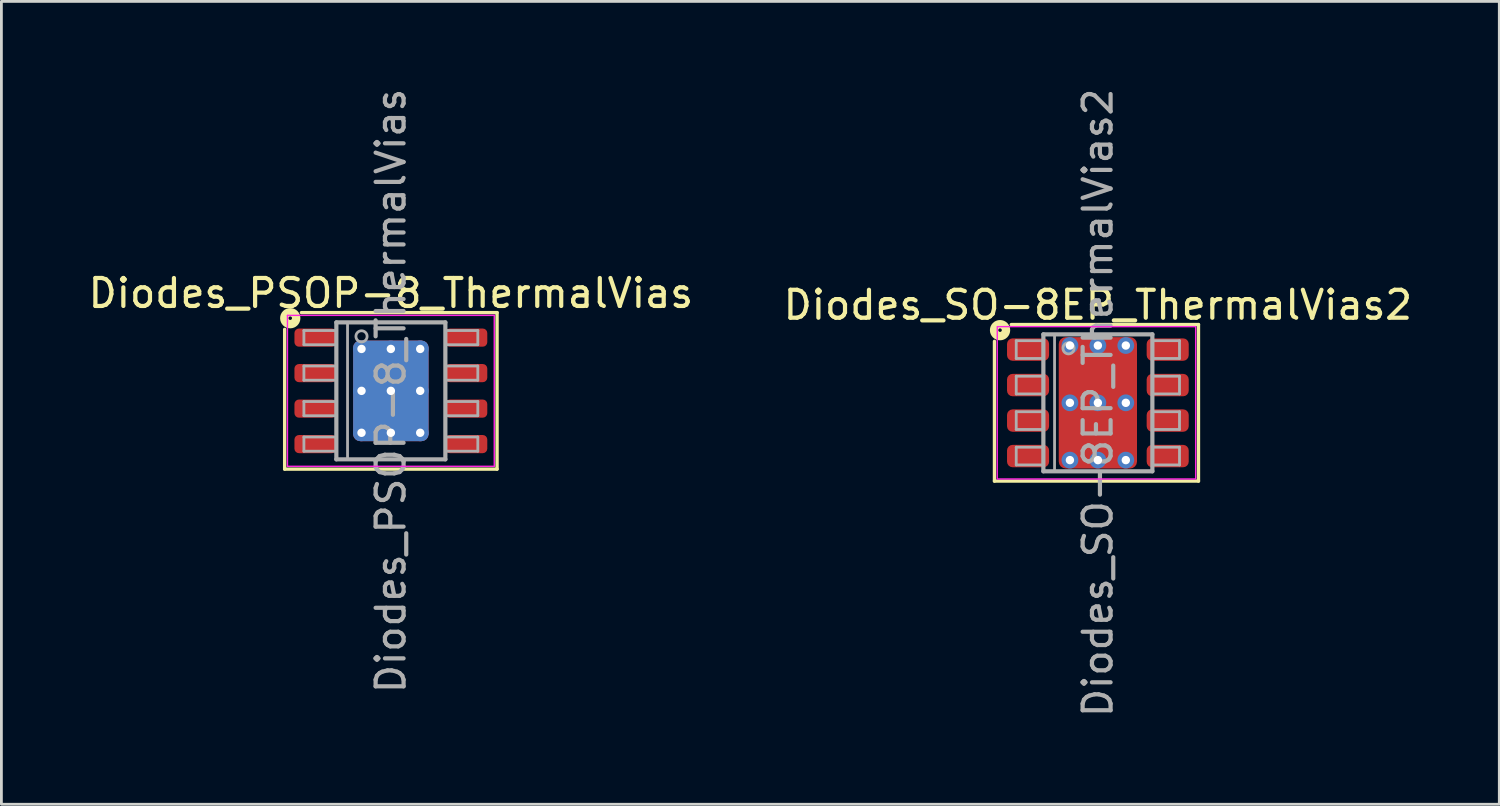
<source format=kicad_pcb>
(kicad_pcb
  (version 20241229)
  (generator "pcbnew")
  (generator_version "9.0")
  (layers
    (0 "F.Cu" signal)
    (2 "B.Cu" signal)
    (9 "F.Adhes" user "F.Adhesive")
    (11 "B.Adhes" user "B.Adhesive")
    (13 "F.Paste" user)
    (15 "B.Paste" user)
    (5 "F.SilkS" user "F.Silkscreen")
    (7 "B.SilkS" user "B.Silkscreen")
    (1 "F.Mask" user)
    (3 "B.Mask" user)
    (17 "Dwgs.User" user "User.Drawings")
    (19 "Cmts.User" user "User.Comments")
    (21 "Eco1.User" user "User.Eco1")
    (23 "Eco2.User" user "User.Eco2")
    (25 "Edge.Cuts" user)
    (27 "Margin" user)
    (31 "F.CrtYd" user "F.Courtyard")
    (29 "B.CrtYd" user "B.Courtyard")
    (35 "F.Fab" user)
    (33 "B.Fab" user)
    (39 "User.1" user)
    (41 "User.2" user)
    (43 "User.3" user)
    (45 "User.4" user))
  (footprint "Diodes_SO-8EP_ThermalVias2"
    (layer "F.Cu")
    (at 36.232 11.363)
    (property "Reference" "Diodes_SO-8EP_ThermalVias2" (at 0 -3.5 0) (layer "F.SilkS") (effects (font (size 1 1) (thickness 0.15))))
    (attr smd)
    (fp_line (start -3.7 2.8) (end -3.7 -2.2) (stroke (width 0.12) (type solid)) (layer "F.SilkS"))
    (fp_line (start -3.1 -2.8) (end 3.6 -2.8) (stroke (width 0.12) (type solid)) (layer "F.SilkS"))
    (fp_line (start 3.6 -2.8) (end 3.6 2.8) (stroke (width 0.12) (type solid)) (layer "F.SilkS"))
    (fp_line (start 3.6 2.8) (end -3.7 2.8) (stroke (width 0.12) (type solid)) (layer "F.SilkS"))
    (fp_circle (center -3.5 -2.6) (end -3.437 -2.6) (stroke (width 0.3) (type solid)) (fill no) (layer "F.SilkS"))
    (fp_rect (start -3.6 -2.725) (end 3.5 2.725) (stroke (width 0.05) (type solid)) (fill no) (layer "F.CrtYd"))
    (fp_line (start -2.921 -2.223) (end -2.921 -1.587) (stroke (width 0.1) (type solid)) (layer "F.Fab"))
    (fp_line (start -2.921 -2.223) (end -1.968 -2.223) (stroke (width 0.1) (type solid)) (layer "F.Fab"))
    (fp_line (start -2.921 -1.587) (end -1.968 -1.587) (stroke (width 0.1) (type solid)) (layer "F.Fab"))
    (fp_line (start -2.921 -0.953) (end -2.921 -0.318) (stroke (width 0.1) (type solid)) (layer "F.Fab"))
    (fp_line (start -2.921 -0.953) (end -1.968 -0.953) (stroke (width 0.1) (type solid)) (layer "F.Fab"))
    (fp_line (start -2.921 -0.318) (end -1.968 -0.318) (stroke (width 0.1) (type solid)) (layer "F.Fab"))
    (fp_line (start -2.921 0.318) (end -2.921 0.953) (stroke (width 0.1) (type solid)) (layer "F.Fab"))
    (fp_line (start -2.921 0.318) (end -1.968 0.318) (stroke (width 0.1) (type solid)) (layer "F.Fab"))
    (fp_line (start -2.921 0.953) (end -1.968 0.953) (stroke (width 0.1) (type solid)) (layer "F.Fab"))
    (fp_line (start -2.921 1.587) (end -2.921 2.223) (stroke (width 0.1) (type solid)) (layer "F.Fab"))
    (fp_line (start -2.921 1.587) (end -1.968 1.587) (stroke (width 0.1) (type solid)) (layer "F.Fab"))
    (fp_line (start -2.921 2.223) (end -1.968 2.223) (stroke (width 0.1) (type solid)) (layer "F.Fab"))
    (fp_line (start -1.95 -2.45) (end 1.95 -2.45) (stroke (width 0.15) (type solid)) (layer "F.Fab"))
    (fp_line (start -1.95 2.45) (end -1.95 -2.45) (stroke (width 0.15) (type solid)) (layer "F.Fab"))
    (fp_line (start -1.55 -2.45) (end -1.55 2.45) (stroke (width 0.1) (type solid)) (layer "F.Fab"))
    (fp_line (start 1.95 -2.45) (end 1.95 2.45) (stroke (width 0.15) (type solid)) (layer "F.Fab"))
    (fp_line (start 1.95 2.45) (end -1.95 2.45) (stroke (width 0.15) (type solid)) (layer "F.Fab"))
    (fp_line (start 2.921 -2.223) (end 1.968 -2.223) (stroke (width 0.1) (type solid)) (layer "F.Fab"))
    (fp_line (start 2.921 -1.587) (end 1.968 -1.587) (stroke (width 0.1) (type solid)) (layer "F.Fab"))
    (fp_line (start 2.921 -1.587) (end 2.921 -2.223) (stroke (width 0.1) (type solid)) (layer "F.Fab"))
    (fp_line (start 2.921 -0.953) (end 1.968 -0.953) (stroke (width 0.1) (type solid)) (layer "F.Fab"))
    (fp_line (start 2.921 -0.318) (end 1.968 -0.318) (stroke (width 0.1) (type solid)) (layer "F.Fab"))
    (fp_line (start 2.921 -0.318) (end 2.921 -0.953) (stroke (width 0.1) (type solid)) (layer "F.Fab"))
    (fp_line (start 2.921 0.318) (end 1.968 0.318) (stroke (width 0.1) (type solid)) (layer "F.Fab"))
    (fp_line (start 2.921 0.953) (end 1.968 0.953) (stroke (width 0.1) (type solid)) (layer "F.Fab"))
    (fp_line (start 2.921 0.953) (end 2.921 0.318) (stroke (width 0.1) (type solid)) (layer "F.Fab"))
    (fp_line (start 2.921 1.587) (end 1.968 1.587) (stroke (width 0.1) (type solid)) (layer "F.Fab"))
    (fp_line (start 2.921 2.223) (end 1.968 2.223) (stroke (width 0.1) (type solid)) (layer "F.Fab"))
    (fp_line (start 2.921 2.223) (end 2.921 1.587) (stroke (width 0.1) (type solid)) (layer "F.Fab"))
    (fp_circle (center -1.05 -1.95) (end -0.85 -1.95) (stroke (width 0.1) (type solid)) (fill no) (layer "F.Fab"))
    (fp_text user "${REFERENCE}" (at 0 0 90) (layer "F.Fab") (effects (font (size 1 1) (thickness 0.15))))
    (pad "" smd roundrect (at -0.6 -1) (size 1 1.2) (layers "F.Paste") (roundrect_rratio 0.25))
    (pad "" smd roundrect (at -0.6 1) (size 1 1.2) (layers "F.Paste") (roundrect_rratio 0.25))
    (pad "" smd roundrect (at 0 -1.025) (size 2.6 1.45) (layers "F.Mask") (roundrect_rratio 0.172))
    (pad "" smd roundrect (at 0 1.025) (size 2.6 1.45) (layers "F.Mask") (roundrect_rratio 0.172))
    (pad "" smd roundrect (at 0.6 -1) (size 1 1.2) (layers "F.Paste") (roundrect_rratio 0.25))
    (pad "" smd roundrect (at 0.6 1) (size 1 1.2) (layers "F.Paste") (roundrect_rratio 0.25))
    (pad "1" smd roundrect (at -2.498 -1.905) (size 1.505 0.802) (layers "F.Cu" "F.Mask" "F.Paste") (roundrect_rratio 0.25))
    (pad "2" smd roundrect (at -2.498 -0.635) (size 1.505 0.802) (layers "F.Cu" "F.Mask" "F.Paste") (roundrect_rratio 0.25))
    (pad "3" smd roundrect (at -2.498 0.635) (size 1.505 0.802) (layers "F.Cu" "F.Mask" "F.Paste") (roundrect_rratio 0.25))
    (pad "4" smd roundrect (at -2.498 1.905) (size 1.505 0.802) (layers "F.Cu" "F.Mask" "F.Paste") (roundrect_rratio 0.25))
    (pad "5" smd roundrect (at 2.498 1.905) (size 1.505 0.802) (layers "F.Cu" "F.Mask" "F.Paste") (roundrect_rratio 0.25))
    (pad "6" smd roundrect (at 2.498 0.635) (size 1.505 0.802) (layers "F.Cu" "F.Mask" "F.Paste") (roundrect_rratio 0.25))
    (pad "7" smd roundrect (at 2.498 -0.635) (size 1.505 0.802) (layers "F.Cu" "F.Mask" "F.Paste") (roundrect_rratio 0.25))
    (pad "8" smd roundrect (at 2.498 -1.905) (size 1.505 0.802) (layers "F.Cu" "F.Mask" "F.Paste") (roundrect_rratio 0.25))
    (pad "9" thru_hole circle (at -1 -2.05) (size 0.6 0.6) (drill 0.3) (property pad_prop_heatsink) (layers "*.Cu" "*.Mask"))
    (pad "9" thru_hole circle (at -1 0) (size 0.6 0.6) (drill 0.3) (property pad_prop_heatsink) (layers "*.Cu" "*.Mask"))
    (pad "9" thru_hole circle (at -1 2.05) (size 0.6 0.6) (drill 0.3) (property pad_prop_heatsink) (layers "*.Cu" "*.Mask"))
    (pad "9" thru_hole circle (at 0 -2.05) (size 0.6 0.6) (drill 0.3) (property pad_prop_heatsink) (layers "*.Cu" "*.Mask"))
    (pad "9" thru_hole circle (at 0 0) (size 0.6 0.6) (drill 0.3) (property pad_prop_heatsink) (layers "*.Cu" "*.Mask"))
    (pad "9" smd roundrect (at 0 0) (size 2.8 4.7) (layers "F.Cu") (roundrect_rratio 0.089))
    (pad "9" thru_hole circle (at 0 2.05) (size 0.6 0.6) (drill 0.3) (property pad_prop_heatsink) (layers "*.Cu" "*.Mask"))
    (pad "9" thru_hole circle (at 1 -2.05) (size 0.6 0.6) (drill 0.3) (property pad_prop_heatsink) (layers "*.Cu" "*.Mask"))
    (pad "9" thru_hole circle (at 1 0) (size 0.6 0.6) (drill 0.3) (property pad_prop_heatsink) (layers "*.Cu" "*.Mask"))
    (pad "9" thru_hole circle (at 1 2.05) (size 0.6 0.6) (drill 0.3) (property pad_prop_heatsink) (layers "*.Cu" "*.Mask")))
  (footprint "Diodes_PSOP-8_ThermalVias"
    (layer "F.Cu")
    (at 10.935 10.935)
    (property "Reference" "Diodes_PSOP-8_ThermalVias" (at 0 -3.493 0) (layer "F.SilkS") (effects (font (size 1 1) (thickness 0.15))))
    (attr smd)
    (fp_line (start -3.8 -2.2) (end -3.8 2.8) (stroke (width 0.12) (type solid)) (layer "F.SilkS"))
    (fp_line (start -3.8 2.8) (end 3.8 2.8) (stroke (width 0.12) (type solid)) (layer "F.SilkS"))
    (fp_line (start 3.8 -2.8) (end -3.2 -2.8) (stroke (width 0.12) (type solid)) (layer "F.SilkS"))
    (fp_line (start 3.8 2.8) (end 3.8 -2.8) (stroke (width 0.12) (type solid)) (layer "F.SilkS"))
    (fp_circle (center -3.6 -2.6) (end -3.537 -2.6) (stroke (width 0.3) (type solid)) (fill no) (layer "F.SilkS"))
    (fp_line (start -3.7 -2.7) (end -3.7 2.7) (stroke (width 0.05) (type solid)) (layer "F.CrtYd"))
    (fp_line (start -3.7 -2.7) (end 3.7 -2.7) (stroke (width 0.05) (type solid)) (layer "F.CrtYd"))
    (fp_line (start -3.7 2.7) (end 3.7 2.7) (stroke (width 0.05) (type solid)) (layer "F.CrtYd"))
    (fp_line (start 3.7 -2.7) (end 3.7 2.7) (stroke (width 0.05) (type solid)) (layer "F.CrtYd"))
    (fp_line (start -3.111 -2.159) (end -3.111 -1.651) (stroke (width 0.1) (type solid)) (layer "F.Fab"))
    (fp_line (start -3.111 -2.159) (end -1.968 -2.159) (stroke (width 0.1) (type solid)) (layer "F.Fab"))
    (fp_line (start -3.111 -1.651) (end -1.968 -1.651) (stroke (width 0.1) (type solid)) (layer "F.Fab"))
    (fp_line (start -3.111 -0.889) (end -3.111 -0.381) (stroke (width 0.1) (type solid)) (layer "F.Fab"))
    (fp_line (start -3.111 -0.889) (end -1.968 -0.889) (stroke (width 0.1) (type solid)) (layer "F.Fab"))
    (fp_line (start -3.111 -0.381) (end -1.968 -0.381) (stroke (width 0.1) (type solid)) (layer "F.Fab"))
    (fp_line (start -3.111 0.381) (end -3.111 0.889) (stroke (width 0.1) (type solid)) (layer "F.Fab"))
    (fp_line (start -3.111 0.381) (end -1.968 0.381) (stroke (width 0.1) (type solid)) (layer "F.Fab"))
    (fp_line (start -3.111 0.889) (end -1.968 0.889) (stroke (width 0.1) (type solid)) (layer "F.Fab"))
    (fp_line (start -3.111 1.651) (end -3.111 2.159) (stroke (width 0.1) (type solid)) (layer "F.Fab"))
    (fp_line (start -3.111 1.651) (end -1.968 1.651) (stroke (width 0.1) (type solid)) (layer "F.Fab"))
    (fp_line (start -3.111 2.159) (end -1.968 2.159) (stroke (width 0.1) (type solid)) (layer "F.Fab"))
    (fp_line (start -1.95 -2.45) (end 1.95 -2.45) (stroke (width 0.15) (type solid)) (layer "F.Fab"))
    (fp_line (start -1.95 2.45) (end -1.95 -2.45) (stroke (width 0.15) (type solid)) (layer "F.Fab"))
    (fp_line (start -1.55 -2.45) (end -1.55 2.45) (stroke (width 0.1) (type solid)) (layer "F.Fab"))
    (fp_line (start 1.95 -2.45) (end 1.95 2.45) (stroke (width 0.15) (type solid)) (layer "F.Fab"))
    (fp_line (start 1.95 2.45) (end -1.95 2.45) (stroke (width 0.15) (type solid)) (layer "F.Fab"))
    (fp_line (start 3.111 -2.159) (end 1.968 -2.159) (stroke (width 0.1) (type solid)) (layer "F.Fab"))
    (fp_line (start 3.111 -1.651) (end 1.968 -1.651) (stroke (width 0.1) (type solid)) (layer "F.Fab"))
    (fp_line (start 3.111 -1.651) (end 3.111 -2.159) (stroke (width 0.1) (type solid)) (layer "F.Fab"))
    (fp_line (start 3.111 -0.889) (end 1.968 -0.889) (stroke (width 0.1) (type solid)) (layer "F.Fab"))
    (fp_line (start 3.111 -0.381) (end 1.968 -0.381) (stroke (width 0.1) (type solid)) (layer "F.Fab"))
    (fp_line (start 3.111 -0.381) (end 3.111 -0.889) (stroke (width 0.1) (type solid)) (layer "F.Fab"))
    (fp_line (start 3.111 0.381) (end 1.968 0.381) (stroke (width 0.1) (type solid)) (layer "F.Fab"))
    (fp_line (start 3.111 0.889) (end 1.968 0.889) (stroke (width 0.1) (type solid)) (layer "F.Fab"))
    (fp_line (start 3.111 0.889) (end 3.111 0.381) (stroke (width 0.1) (type solid)) (layer "F.Fab"))
    (fp_line (start 3.111 1.651) (end 1.968 1.651) (stroke (width 0.1) (type solid)) (layer "F.Fab"))
    (fp_line (start 3.111 2.159) (end 1.968 2.159) (stroke (width 0.1) (type solid)) (layer "F.Fab"))
    (fp_line (start 3.111 2.159) (end 3.111 1.651) (stroke (width 0.1) (type solid)) (layer "F.Fab"))
    (fp_circle (center -1.05 -1.95) (end -0.85 -1.95) (stroke (width 0.1) (type solid)) (fill no) (layer "F.Fab"))
    (fp_text user "${REFERENCE}" (at 0 0 90) (layer "F.Fab") (effects (font (size 1 1) (thickness 0.15))))
    (pad "" smd roundrect (at -0.65 -0.85 90) (size 1.5 1.1) (layers "F.Paste") (roundrect_rratio 0.238))
    (pad "" smd roundrect (at -0.65 0.85 90) (size 1.5 1.1) (layers "F.Paste") (roundrect_rratio 0.238))
    (pad "" smd roundrect (at 0.65 -0.85 90) (size 1.5 1.1) (layers "F.Paste") (roundrect_rratio 0.238))
    (pad "" smd roundrect (at 0.65 0.85 90) (size 1.5 1.1) (layers "F.Paste") (roundrect_rratio 0.238))
    (pad "1" smd roundrect (at -2.7 -1.905) (size 1.5 0.65) (layers "F.Cu" "F.Mask" "F.Paste") (roundrect_rratio 0.25))
    (pad "2" smd roundrect (at -2.7 -0.635) (size 1.5 0.65) (layers "F.Cu" "F.Mask" "F.Paste") (roundrect_rratio 0.25))
    (pad "3" smd roundrect (at -2.7 0.635) (size 1.5 0.65) (layers "F.Cu" "F.Mask" "F.Paste") (roundrect_rratio 0.25))
    (pad "4" smd roundrect (at -2.7 1.905) (size 1.5 0.65) (layers "F.Cu" "F.Mask" "F.Paste") (roundrect_rratio 0.25))
    (pad "5" smd roundrect (at 2.7 1.905) (size 1.5 0.65) (layers "F.Cu" "F.Mask" "F.Paste") (roundrect_rratio 0.25))
    (pad "6" smd roundrect (at 2.7 0.635) (size 1.5 0.65) (layers "F.Cu" "F.Mask" "F.Paste") (roundrect_rratio 0.25))
    (pad "7" smd roundrect (at 2.7 -0.635) (size 1.5 0.65) (layers "F.Cu" "F.Mask" "F.Paste") (roundrect_rratio 0.25))
    (pad "8" smd roundrect (at 2.7 -1.905) (size 1.5 0.65) (layers "F.Cu" "F.Mask" "F.Paste") (roundrect_rratio 0.25))
    (pad "9" thru_hole circle (at -1.05 -1.5) (size 0.6 0.6) (drill 0.3) (property pad_prop_heatsink) (layers "*.Cu"))
    (pad "9" thru_hole circle (at -1.05 0) (size 0.6 0.6) (drill 0.3) (property pad_prop_heatsink) (layers "*.Cu"))
    (pad "9" thru_hole circle (at -1.05 1.5) (size 0.6 0.6) (drill 0.3) (property pad_prop_heatsink) (layers "*.Cu"))
    (pad "9" thru_hole circle (at 0 -1.5) (size 0.6 0.6) (drill 0.3) (property pad_prop_heatsink) (layers "*.Cu"))
    (pad "9" thru_hole circle (at 0 0) (size 0.6 0.6) (drill 0.3) (property pad_prop_heatsink) (layers "*.Cu"))
    (pad "9" smd roundrect (at 0 0 90) (size 3.6 2.7) (layers "F.Cu" "F.Mask") (roundrect_rratio 0.093))
    (pad "9" smd roundrect (at 0 0 90) (size 3.6 2.7) (layers "B.Cu" "B.Mask") (roundrect_rratio 0.093))
    (pad "9" thru_hole circle (at 0 1.5) (size 0.6 0.6) (drill 0.3) (property pad_prop_heatsink) (layers "*.Cu"))
    (pad "9" thru_hole circle (at 1.05 -1.5) (size 0.6 0.6) (drill 0.3) (property pad_prop_heatsink) (layers "*.Cu"))
    (pad "9" thru_hole circle (at 1.05 0) (size 0.6 0.6) (drill 0.3) (property pad_prop_heatsink) (layers "*.Cu"))
    (pad "9" thru_hole circle (at 1.05 1.5) (size 0.6 0.6) (drill 0.3) (property pad_prop_heatsink) (layers "*.Cu")))
  (gr_rect
    (start -3 -3)
    (end 50.595 25.726)
    (stroke (width 0.1) (type default))
    (fill no)
    (layer "Edge.Cuts")))
</source>
